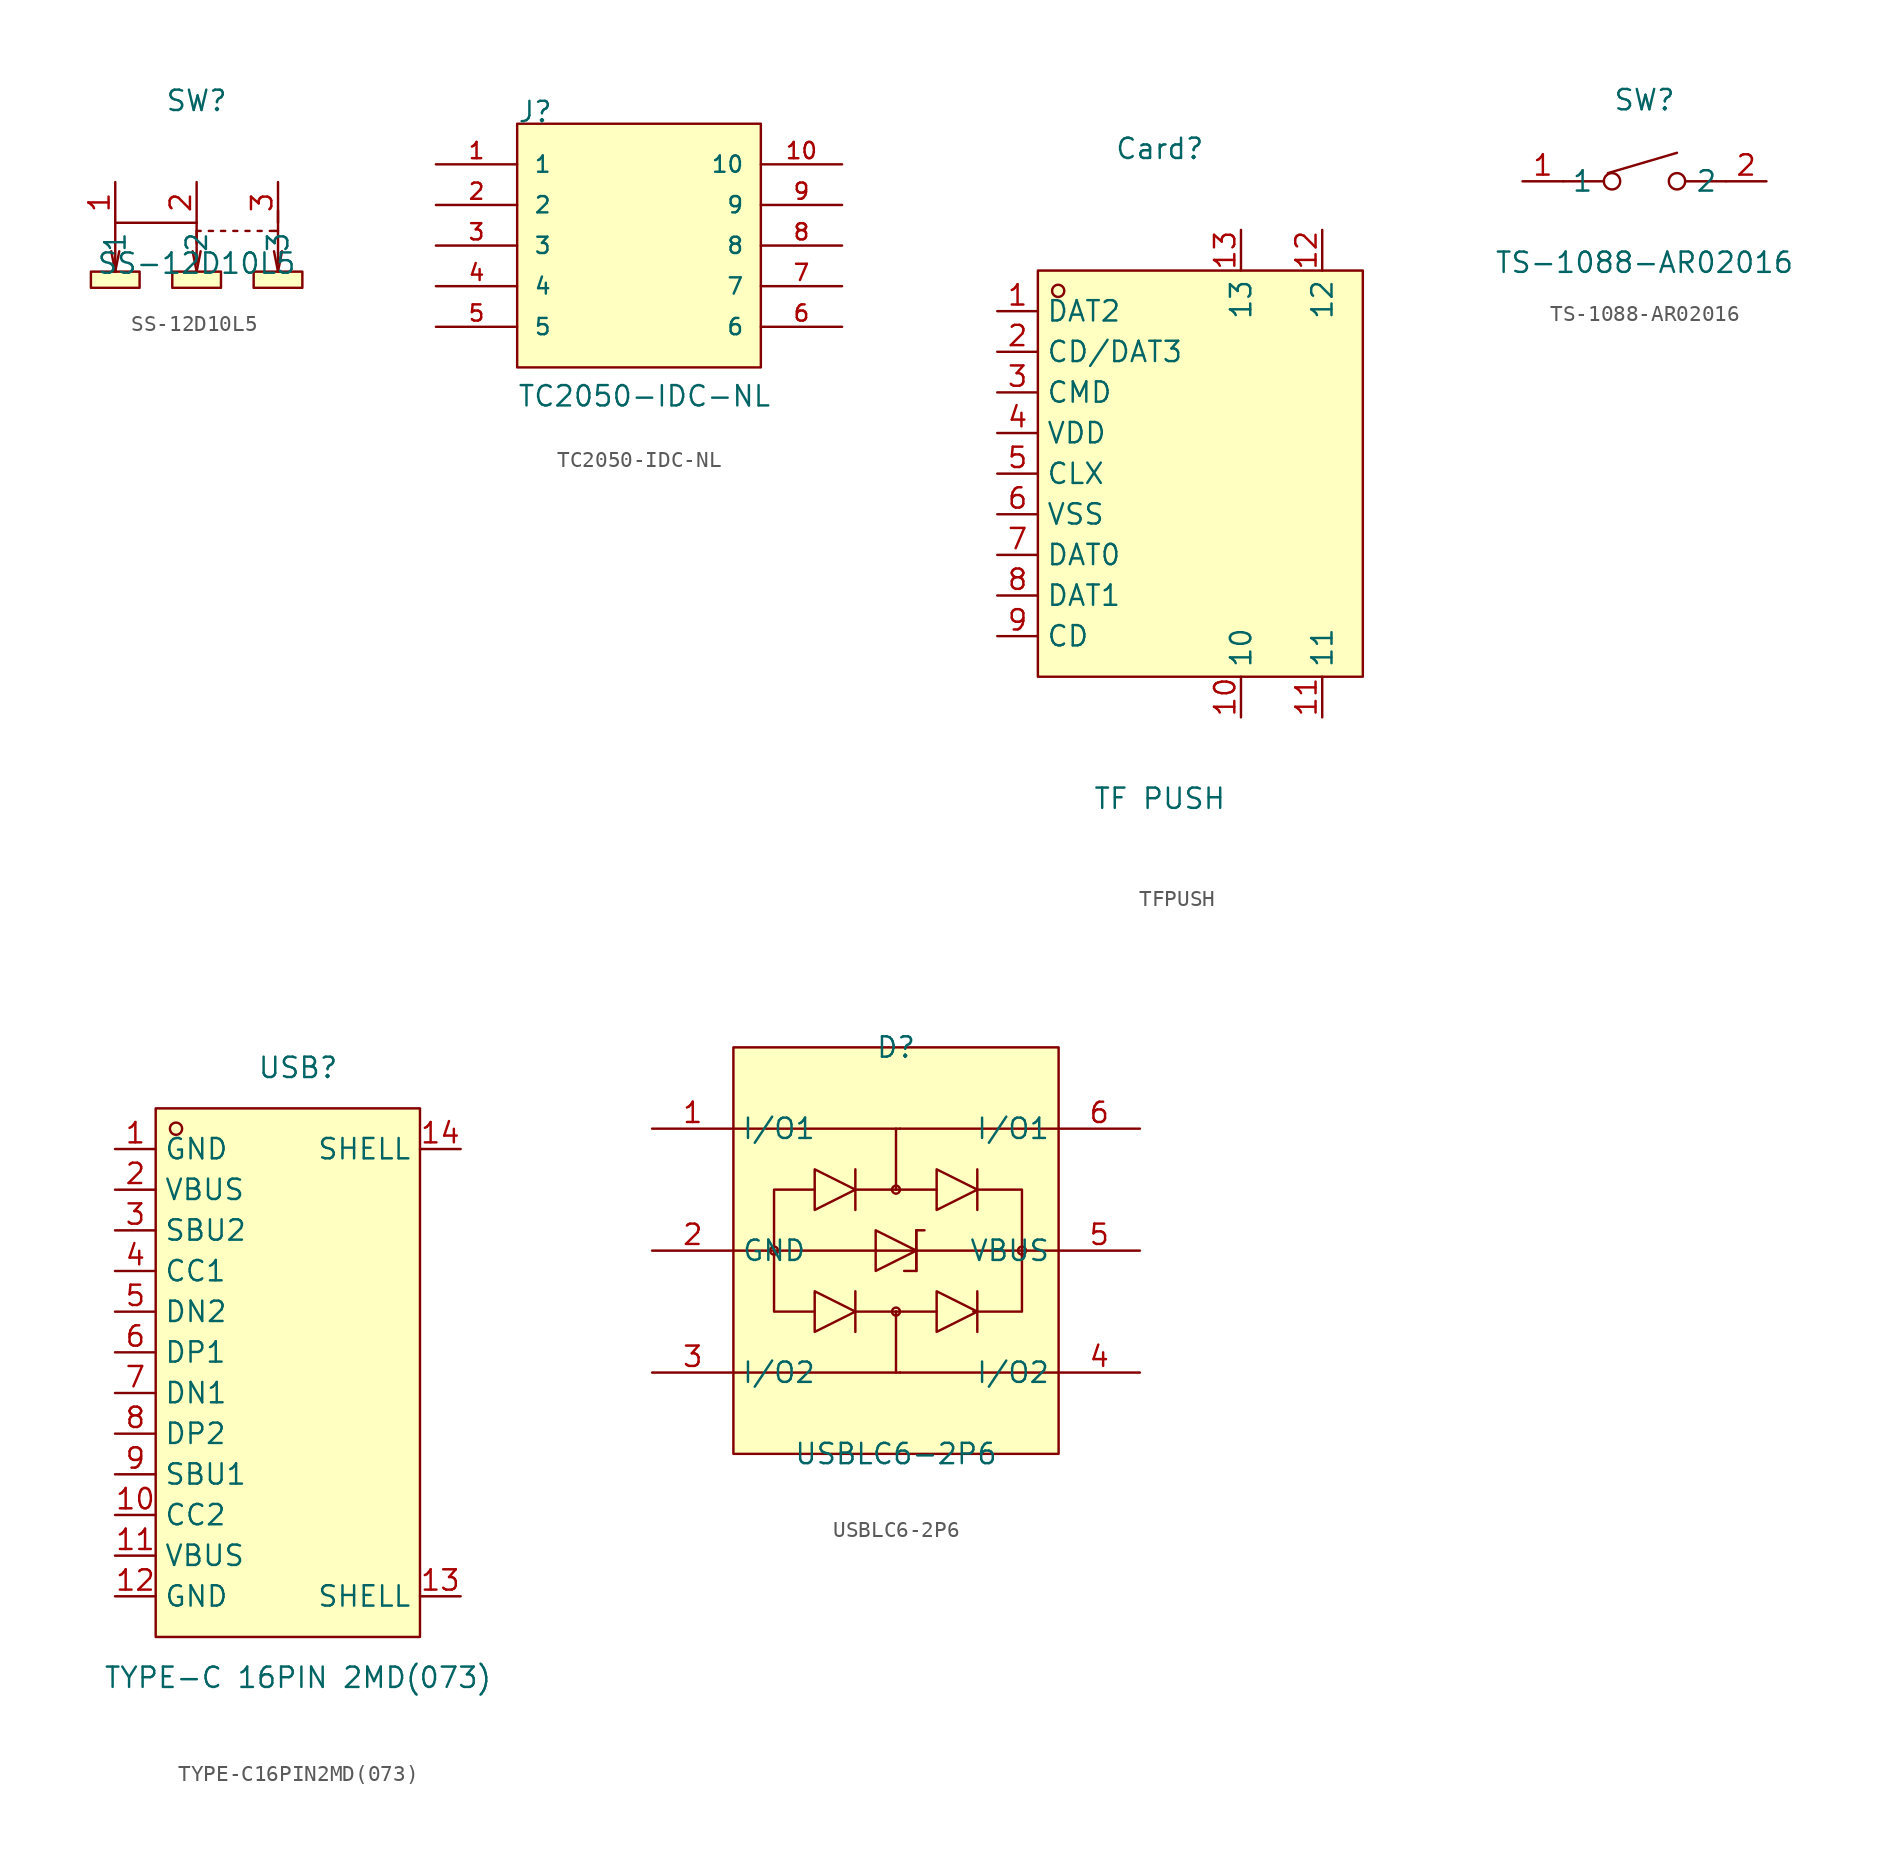
<source format=kicad_sym>
(kicad_symbol_lib
  (version 20220914)
  (generator kicad_symbol_editor)
  (symbol "SS-12D10L5"
    (property "Reference" "SW"
      (at 0 7.62 0)
      (effects (font (size 1.27 1.27))))
    (property "Value" "SS-12D10L5"
      (at 0 -2.54 0)
      (effects (font (size 1.27 1.27))))
    (symbol "SS-12D10L5_0_1"
      (rectangle (start -6.6 -3.05) (end -3.56 -4.06) (stroke (width 0) (type default)) (fill (type background)))
      (rectangle (start -1.52 -3.05) (end 1.52 -4.06) (stroke (width 0) (type default)) (fill (type background)))
      (polyline (pts (xy -5.08 -3.05) (xy -5.33 -1.78)) (stroke (width 0) (type default)) (fill (type none)))
      (polyline (pts (xy -5.08 -3.05) (xy -4.83 -1.78)) (stroke (width 0) (type default)) (fill (type none)))
      (polyline (pts (xy 0 -3.05) (xy -0.25 -1.78)) (stroke (width 0) (type default)) (fill (type none)))
      (polyline (pts (xy 0 -3.05) (xy 0.25 -1.78)) (stroke (width 0) (type default)) (fill (type none)))
      (polyline (pts (xy 0 0) (xy 0 -1.27)) (stroke (width 0) (type default)) (fill (type none)))
      (polyline (pts (xy 0.76 -0.51) (xy 1.02 -0.51)) (stroke (width 0) (type default)) (fill (type none)))
      (polyline (pts (xy 1.52 -0.51) (xy 1.78 -0.51)) (stroke (width 0) (type default)) (fill (type none)))
      (polyline (pts (xy 2.29 -0.51) (xy 2.54 -0.51)) (stroke (width 0) (type default)) (fill (type none)))
      (polyline (pts (xy 3.05 -0.51) (xy 3.3 -0.51)) (stroke (width 0) (type default)) (fill (type none)))
      (polyline (pts (xy 3.81 -0.51) (xy 4.06 -0.51)) (stroke (width 0) (type default)) (fill (type none)))
      (polyline (pts (xy 4.57 -0.51) (xy 4.83 -0.51)) (stroke (width 0) (type default)) (fill (type none)))
      (polyline (pts (xy 5.08 -3.05) (xy 4.83 -1.78)) (stroke (width 0) (type default)) (fill (type none)))
      (polyline (pts (xy 5.08 -3.05) (xy 5.33 -1.78)) (stroke (width 0) (type default)) (fill (type none)))
      (polyline (pts (xy 5.08 0.76) (xy 5.08 -0.51)) (stroke (width 0) (type default)) (fill (type none)))
      (polyline (pts (xy 0 -2.54) (xy 0 -0.51) (xy 0.25 -0.51)) (stroke (width 0) (type default)) (fill (type none)))
      (polyline (pts (xy 4.83 -0.51) (xy 5.08 -0.51) (xy 5.08 -2.54)) (stroke (width 0) (type default)) (fill (type none)))
      (polyline (pts (xy -5.08 -3.05) (xy -5.08 0) (xy -2.54 0) (xy 0 0)) (stroke (width 0) (type default)) (fill (type none)))
      (rectangle (start 3.56 -3.05) (end 6.6 -4.06) (stroke (width 0) (type default)) (fill (type background)))
      (pin unspecified line (at -5.08 2.54 270) (length 2.54) (name "1" (effects (font (size 1.27 1.27)))) (number "1" (effects (font (size 1.27 1.27)))))
      (pin unspecified line (at 0 2.54 270) (length 2.54) (name "2" (effects (font (size 1.27 1.27)))) (number "2" (effects (font (size 1.27 1.27)))))
      (pin unspecified line (at 5.08 2.54 270) (length 2.54) (name "3" (effects (font (size 1.27 1.27)))) (number "3" (effects (font (size 1.27 1.27)))))))
  (symbol "TC2050-IDC-NL"
    (pin_names
      (offset 1.016))
    (property "Reference" "J"
      (at -7.62 7.62 0)
      (effects (font (size 1.27 1.27)) (justify left bottom)))
    (property "Value" "TC2050-IDC-NL"
      (at -7.62 -10.16 0)
      (effects (font (size 1.27 1.27)) (justify left bottom)))
    (symbol "TC2050-IDC-NL_0_0"
      (rectangle (start -7.62 7.62) (end 7.62 -7.62) (stroke (width 0.152) (type default)) (fill (type background)))
      (pin passive line (at -12.7 5.08 0) (length 5.08) (name "1" (effects (font (size 1.016 1.016)))) (number "1" (effects (font (size 1.016 1.016)))))
      (pin passive line (at 12.7 5.08 180) (length 5.08) (name "10" (effects (font (size 1.016 1.016)))) (number "10" (effects (font (size 1.016 1.016)))))
      (pin passive line (at -12.7 2.54 0) (length 5.08) (name "2" (effects (font (size 1.016 1.016)))) (number "2" (effects (font (size 1.016 1.016)))))
      (pin passive line (at -12.7 0 0) (length 5.08) (name "3" (effects (font (size 1.016 1.016)))) (number "3" (effects (font (size 1.016 1.016)))))
      (pin passive line (at -12.7 -2.54 0) (length 5.08) (name "4" (effects (font (size 1.016 1.016)))) (number "4" (effects (font (size 1.016 1.016)))))
      (pin passive line (at -12.7 -5.08 0) (length 5.08) (name "5" (effects (font (size 1.016 1.016)))) (number "5" (effects (font (size 1.016 1.016)))))
      (pin passive line (at 12.7 -5.08 180) (length 5.08) (name "6" (effects (font (size 1.016 1.016)))) (number "6" (effects (font (size 1.016 1.016)))))
      (pin passive line (at 12.7 -2.54 180) (length 5.08) (name "7" (effects (font (size 1.016 1.016)))) (number "7" (effects (font (size 1.016 1.016)))))
      (pin passive line (at 12.7 0 180) (length 5.08) (name "8" (effects (font (size 1.016 1.016)))) (number "8" (effects (font (size 1.016 1.016)))))
      (pin passive line (at 12.7 2.54 180) (length 5.08) (name "9" (effects (font (size 1.016 1.016)))) (number "9" (effects (font (size 1.016 1.016)))))))
  (symbol "TFPUSH"
    (property "Reference" "Card"
      (at 0 20.32 0)
      (effects (font (size 1.27 1.27))))
    (property "Value" "TF PUSH"
      (at 0 -20.32 0)
      (effects (font (size 1.27 1.27))))
    (symbol "TFPUSH_0_1"
      (rectangle (start -7.62 12.7) (end 12.7 -12.7) (stroke (width 0) (type default)) (fill (type background)))
      (circle (center -6.35 11.43) (radius 0.38) (stroke (width 0) (type default)) (fill (type none)))
      (pin unspecified line (at -10.16 10.16 0) (length 2.54) (name "DAT2" (effects (font (size 1.27 1.27)))) (number "1" (effects (font (size 1.27 1.27)))))
      (pin unspecified line (at 5.08 -15.24 90) (length 2.54) (name "10" (effects (font (size 1.27 1.27)))) (number "10" (effects (font (size 1.27 1.27)))))
      (pin unspecified line (at 10.16 -15.24 90) (length 2.54) (name "11" (effects (font (size 1.27 1.27)))) (number "11" (effects (font (size 1.27 1.27)))))
      (pin unspecified line (at 10.16 15.24 270) (length 2.54) (name "12" (effects (font (size 1.27 1.27)))) (number "12" (effects (font (size 1.27 1.27)))))
      (pin unspecified line (at 5.08 15.24 270) (length 2.54) (name "13" (effects (font (size 1.27 1.27)))) (number "13" (effects (font (size 1.27 1.27)))))
      (pin unspecified line (at -10.16 7.62 0) (length 2.54) (name "CD/DAT3" (effects (font (size 1.27 1.27)))) (number "2" (effects (font (size 1.27 1.27)))))
      (pin unspecified line (at -10.16 5.08 0) (length 2.54) (name "CMD" (effects (font (size 1.27 1.27)))) (number "3" (effects (font (size 1.27 1.27)))))
      (pin unspecified line (at -10.16 2.54 0) (length 2.54) (name "VDD" (effects (font (size 1.27 1.27)))) (number "4" (effects (font (size 1.27 1.27)))))
      (pin unspecified line (at -10.16 0 0) (length 2.54) (name "CLX" (effects (font (size 1.27 1.27)))) (number "5" (effects (font (size 1.27 1.27)))))
      (pin unspecified line (at -10.16 -2.54 0) (length 2.54) (name "VSS" (effects (font (size 1.27 1.27)))) (number "6" (effects (font (size 1.27 1.27)))))
      (pin unspecified line (at -10.16 -5.08 0) (length 2.54) (name "DAT0" (effects (font (size 1.27 1.27)))) (number "7" (effects (font (size 1.27 1.27)))))
      (pin unspecified line (at -10.16 -7.62 0) (length 2.54) (name "DAT1" (effects (font (size 1.27 1.27)))) (number "8" (effects (font (size 1.27 1.27)))))
      (pin unspecified line (at -10.16 -10.16 0) (length 2.54) (name "CD" (effects (font (size 1.27 1.27)))) (number "9" (effects (font (size 1.27 1.27)))))))
  (symbol "TS-1088-AR02016"
    (property "Reference" "SW"
      (at 0 5.08 0)
      (effects (font (size 1.27 1.27))))
    (property "Value" "TS-1088-AR02016"
      (at 0 -5.08 0)
      (effects (font (size 1.27 1.27))))
    (symbol "TS-1088-AR02016_0_1"
      (circle (center -2.03 0) (radius 0.51) (stroke (width 0) (type default)) (fill (type none)))
      (polyline (pts (xy -5.08 0) (xy -2.54 0)) (stroke (width 0) (type default)) (fill (type none)))
      (polyline (pts (xy -2.29 0.51) (xy 2.03 1.78)) (stroke (width 0) (type default)) (fill (type none)))
      (polyline (pts (xy 5.08 0) (xy 2.54 0)) (stroke (width 0) (type default)) (fill (type none)))
      (circle (center 2.03 0) (radius 0.51) (stroke (width 0) (type default)) (fill (type none)))
      (pin unspecified line (at -7.62 0 0) (length 2.54) (name "1" (effects (font (size 1.27 1.27)))) (number "1" (effects (font (size 1.27 1.27)))))
      (pin unspecified line (at 7.62 0 180) (length 2.54) (name "2" (effects (font (size 1.27 1.27)))) (number "2" (effects (font (size 1.27 1.27)))))))
  (symbol "TYPE-C16PIN2MD(073)"
    (property "Reference" "USB"
      (at 0 19.05 0)
      (effects (font (size 1.27 1.27))))
    (property "Value" "TYPE-C 16PIN 2MD(073)"
      (at 0 -19.05 0)
      (effects (font (size 1.27 1.27))))
    (symbol "TYPE-C16PIN2MD(073)_0_1"
      (rectangle (start -8.89 16.51) (end 7.62 -16.51) (stroke (width 0) (type default)) (fill (type background)))
      (circle (center -7.62 15.24) (radius 0.38) (stroke (width 0) (type default)) (fill (type none)))
      (pin unspecified line (at -11.43 -8.89 0) (length 2.54) (name "CC2" (effects (font (size 1.27 1.27)))) (number "10" (effects (font (size 1.27 1.27)))))
      (pin unspecified line (at 10.16 -13.97 180) (length 2.54) (name "SHELL" (effects (font (size 1.27 1.27)))) (number "13" (effects (font (size 1.27 1.27)))))
      (pin unspecified line (at 10.16 13.97 180) (length 2.54) (name "SHELL" (effects (font (size 1.27 1.27)))) (number "14" (effects (font (size 1.27 1.27)))))
      (pin unspecified line (at -11.43 8.89 0) (length 2.54) (name "SBU2" (effects (font (size 1.27 1.27)))) (number "3" (effects (font (size 1.27 1.27)))))
      (pin unspecified line (at -11.43 6.35 0) (length 2.54) (name "CC1" (effects (font (size 1.27 1.27)))) (number "4" (effects (font (size 1.27 1.27)))))
      (pin unspecified line (at -11.43 -6.35 0) (length 2.54) (name "SBU1" (effects (font (size 1.27 1.27)))) (number "9" (effects (font (size 1.27 1.27))))))
    (symbol "TYPE-C16PIN2MD(073)_1_1"
      (pin power_in line (at -11.43 13.97 0) (length 2.54) (name "GND" (effects (font (size 1.27 1.27)))) (number "1" (effects (font (size 1.27 1.27)))))
      (pin power_in line (at -11.43 -11.43 0) (length 2.54) (name "VBUS" (effects (font (size 1.27 1.27)))) (number "11" (effects (font (size 1.27 1.27)))))
      (pin power_in line (at -11.43 -13.97 0) (length 2.54) (name "GND" (effects (font (size 1.27 1.27)))) (number "12" (effects (font (size 1.27 1.27)))))
      (pin power_in line (at -11.43 11.43 0) (length 2.54) (name "VBUS" (effects (font (size 1.27 1.27)))) (number "2" (effects (font (size 1.27 1.27)))))
      (pin unspecified line (at -11.43 3.81 0) (length 2.54) (name "DN2" (effects (font (size 1.27 1.27)))) (number "5" (effects (font (size 1.27 1.27)))))
      (pin unspecified line (at -11.43 1.27 0) (length 2.54) (name "DP1" (effects (font (size 1.27 1.27)))) (number "6" (effects (font (size 1.27 1.27)))))
      (pin unspecified line (at -11.43 -1.27 0) (length 2.54) (name "DN1" (effects (font (size 1.27 1.27)))) (number "7" (effects (font (size 1.27 1.27)))))
      (pin unspecified line (at -11.43 -3.81 0) (length 2.54) (name "DP2" (effects (font (size 1.27 1.27)))) (number "8" (effects (font (size 1.27 1.27)))))))
  (symbol "USBLC6-2P6"
    (property "Reference" "D"
      (at 0 12.7 0)
      (effects (font (size 1.27 1.27))))
    (property "Value" "USBLC6-2P6"
      (at 0 -12.7 0)
      (effects (font (size 1.27 1.27))))
    (symbol "USBLC6-2P6_0_1"
      (rectangle (start -10.16 12.7) (end 10.16 -12.7) (stroke (width 0) (type default)) (fill (type background)))
      (circle (center -7.62 0) (radius 0.25) (stroke (width 0) (type default)) (fill (type none)))
      (arc (start 0 -3.81) (mid 0 -3.81) (end 0 -3.81) (stroke (width 0) (type default)) (fill (type none)))
      (circle (center 0 -3.81) (radius 0.25) (stroke (width 0) (type default)) (fill (type none)))
      (polyline (pts (xy -10.16 -7.62) (xy 10.16 -7.62)) (stroke (width 0) (type default)) (fill (type none)))
      (polyline (pts (xy -10.16 0) (xy -7.62 0)) (stroke (width 0) (type default)) (fill (type none)))
      (polyline (pts (xy -10.16 7.62) (xy 10.16 7.62)) (stroke (width 0) (type default)) (fill (type none)))
      (polyline (pts (xy -7.62 0) (xy 7.87 0)) (stroke (width 0) (type default)) (fill (type none)))
      (polyline (pts (xy -2.54 -3.81) (xy -2.54 -5.08)) (stroke (width 0) (type default)) (fill (type none)))
      (polyline (pts (xy -2.54 -3.81) (xy 2.54 -3.81)) (stroke (width 0) (type default)) (fill (type none)))
      (polyline (pts (xy -2.54 -2.54) (xy -2.54 -3.81)) (stroke (width 0) (type default)) (fill (type none)))
      (polyline (pts (xy -2.54 3.81) (xy -2.54 2.54)) (stroke (width 0) (type default)) (fill (type none)))
      (polyline (pts (xy -2.54 3.81) (xy 2.54 3.81)) (stroke (width 0) (type default)) (fill (type none)))
      (polyline (pts (xy -2.54 5.08) (xy -2.54 3.81)) (stroke (width 0) (type default)) (fill (type none)))
      (polyline (pts (xy 0 -7.62) (xy 0 -3.81)) (stroke (width 0) (type default)) (fill (type none)))
      (polyline (pts (xy 0 7.62) (xy 0 3.81)) (stroke (width 0) (type default)) (fill (type none)))
      (polyline (pts (xy 1.27 -1.27) (xy 0.51 -1.27)) (stroke (width 0) (type default)) (fill (type none)))
      (polyline (pts (xy 1.27 0) (xy 1.27 -1.27)) (stroke (width 0) (type default)) (fill (type none)))
      (polyline (pts (xy 1.27 0) (xy 1.27 -1.27)) (stroke (width 0) (type default)) (fill (type none)))
      (polyline (pts (xy 1.27 1.27) (xy 1.27 0)) (stroke (width 0) (type default)) (fill (type none)))
      (polyline (pts (xy 1.27 1.27) (xy 1.27 0)) (stroke (width 0) (type default)) (fill (type none)))
      (polyline (pts (xy 1.78 1.27) (xy 1.27 1.27)) (stroke (width 0) (type default)) (fill (type none)))
      (polyline (pts (xy 5.08 -3.81) (xy 5.08 -5.08)) (stroke (width 0) (type default)) (fill (type none)))
      (polyline (pts (xy 5.08 -2.54) (xy 5.08 -3.81)) (stroke (width 0) (type default)) (fill (type none)))
      (polyline (pts (xy 5.08 3.81) (xy 5.08 2.54)) (stroke (width 0) (type default)) (fill (type none)))
      (polyline (pts (xy 5.08 5.08) (xy 5.08 3.81)) (stroke (width 0) (type default)) (fill (type none)))
      (polyline (pts (xy 7.87 0) (xy 10.16 0)) (stroke (width 0) (type default)) (fill (type none)))
      (polyline (pts (xy -5.08 -5.08) (xy -2.54 -3.81) (xy -5.08 -2.54) (xy -5.08 -5.08)) (stroke (width 0) (type default)) (fill (type background)))
      (polyline (pts (xy -5.08 2.54) (xy -2.54 3.81) (xy -5.08 5.08) (xy -5.08 2.54)) (stroke (width 0) (type default)) (fill (type background)))
      (polyline (pts (xy -5.08 3.81) (xy -7.62 3.81) (xy -7.62 -3.81) (xy -5.08 -3.81)) (stroke (width 0) (type default)) (fill (type none)))
      (polyline (pts (xy -1.27 -1.27) (xy 1.27 0) (xy -1.27 1.27) (xy -1.27 -1.27)) (stroke (width 0) (type default)) (fill (type background)))
      (polyline (pts (xy 2.54 -5.08) (xy 5.08 -3.81) (xy 2.54 -2.54) (xy 2.54 -5.08)) (stroke (width 0) (type default)) (fill (type background)))
      (polyline (pts (xy 2.54 2.54) (xy 5.08 3.81) (xy 2.54 5.08) (xy 2.54 2.54)) (stroke (width 0) (type default)) (fill (type background)))
      (polyline (pts (xy 4.83 -3.81) (xy 7.87 -3.81) (xy 7.87 3.81) (xy 5.08 3.81)) (stroke (width 0) (type default)) (fill (type none)))
      (circle (center 0 3.81) (radius 0.25) (stroke (width 0) (type default)) (fill (type none)))
      (arc (start 0.25 -7.62) (mid 0.25 -7.62) (end 0.25 -7.62) (stroke (width 0) (type default)) (fill (type none)))
      (arc (start 0.25 7.62) (mid 0.25 7.62) (end 0.25 7.62) (stroke (width 0) (type default)) (fill (type none)))
      (circle (center 7.87 0) (radius 0.25) (stroke (width 0) (type default)) (fill (type none)))
      (pin input line (at -15.24 0 0) (length 5.08) (name "GND" (effects (font (size 1.27 1.27)))) (number "2" (effects (font (size 1.27 1.27)))))
      (pin input line (at 15.24 0 180) (length 5.08) (name "VBUS" (effects (font (size 1.27 1.27)))) (number "5" (effects (font (size 1.27 1.27))))))
    (symbol "USBLC6-2P6_1_1"
      (pin unspecified line (at -15.24 7.62 0) (length 5.08) (name "I/O1" (effects (font (size 1.27 1.27)))) (number "1" (effects (font (size 1.27 1.27)))))
      (pin unspecified line (at -15.24 -7.62 0) (length 5.08) (name "I/O2" (effects (font (size 1.27 1.27)))) (number "3" (effects (font (size 1.27 1.27)))))
      (pin unspecified line (at 15.24 -7.62 180) (length 5.08) (name "I/O2" (effects (font (size 1.27 1.27)))) (number "4" (effects (font (size 1.27 1.27)))))
      (pin unspecified line (at 15.24 7.62 180) (length 5.08) (name "I/O1" (effects (font (size 1.27 1.27)))) (number "6" (effects (font (size 1.27 1.27))))))))
</source>
